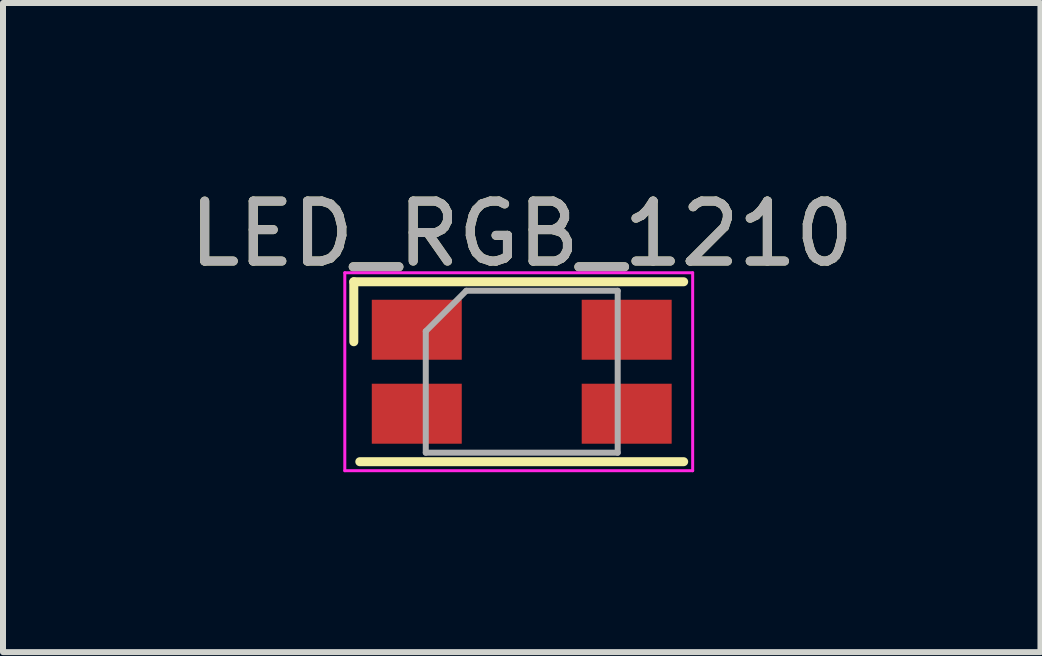
<source format=kicad_pcb>
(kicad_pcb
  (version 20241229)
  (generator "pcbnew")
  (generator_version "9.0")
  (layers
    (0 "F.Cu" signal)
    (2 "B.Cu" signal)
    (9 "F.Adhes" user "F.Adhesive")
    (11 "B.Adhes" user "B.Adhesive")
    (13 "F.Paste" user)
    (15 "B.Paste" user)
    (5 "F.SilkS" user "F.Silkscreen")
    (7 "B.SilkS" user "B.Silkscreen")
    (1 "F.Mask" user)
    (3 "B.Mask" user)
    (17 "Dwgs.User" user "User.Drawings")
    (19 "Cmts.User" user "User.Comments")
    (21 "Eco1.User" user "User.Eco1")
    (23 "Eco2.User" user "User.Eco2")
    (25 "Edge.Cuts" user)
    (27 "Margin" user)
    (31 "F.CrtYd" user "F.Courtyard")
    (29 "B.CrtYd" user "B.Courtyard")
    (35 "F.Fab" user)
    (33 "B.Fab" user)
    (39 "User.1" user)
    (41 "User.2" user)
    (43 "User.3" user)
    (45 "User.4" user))
  (footprint "LED_RGB_1210"
    (layer "F.Cu")
    (at 5.649 3.148)
    (property "Reference" "LED_RGB_1210" (at 0 -2.3 0) (layer "F.SilkS") (effects (font (size 1 1) (thickness 0.15))))
    (attr smd)
    (fp_line (start -2.8 -0.5) (end -2.8 -1.5) (stroke (width 0.15) (type solid)) (layer "F.SilkS"))
    (fp_line (start 2.7 -1.5) (end -2.8 -1.5) (stroke (width 0.15) (type solid)) (layer "F.SilkS"))
    (fp_line (start 2.7 1.5) (end -2.7 1.5) (stroke (width 0.15) (type solid)) (layer "F.SilkS"))
    (fp_line (start -2.95 -1.65) (end -2.95 1.65) (stroke (width 0.05) (type solid)) (layer "F.CrtYd"))
    (fp_line (start -2.95 1.65) (end 2.85 1.65) (stroke (width 0.05) (type solid)) (layer "F.CrtYd"))
    (fp_line (start 2.85 -1.65) (end -2.95 -1.65) (stroke (width 0.05) (type solid)) (layer "F.CrtYd"))
    (fp_line (start 2.85 1.65) (end 2.85 -1.65) (stroke (width 0.05) (type solid)) (layer "F.CrtYd"))
    (fp_line (start -1.6 -0.675) (end -0.925 -1.35) (stroke (width 0.1) (type solid)) (layer "F.Fab"))
    (fp_line (start -1.6 1.35) (end -1.6 -0.675) (stroke (width 0.1) (type solid)) (layer "F.Fab"))
    (fp_line (start -0.925 -1.35) (end 1.6 -1.35) (stroke (width 0.1) (type solid)) (layer "F.Fab"))
    (fp_line (start 1.6 -1.35) (end 1.6 1.35) (stroke (width 0.1) (type solid)) (layer "F.Fab"))
    (fp_line (start 1.6 1.35) (end -1.6 1.35) (stroke (width 0.1) (type solid)) (layer "F.Fab"))
    (fp_text user "${REFERENCE}" (at 0 -2.3 0) (layer "F.Fab") (effects (font (size 1 1) (thickness 0.15))))
    (pad "1" smd rect (at -1.75 -0.7 180) (size 1.5 1) (layers "F.Cu" "F.Mask" "F.Paste"))
    (pad "2" smd rect (at -1.75 0.7 180) (size 1.5 1) (layers "F.Cu" "F.Mask" "F.Paste"))
    (pad "3" smd rect (at 1.75 0.7 180) (size 1.5 1) (layers "F.Cu" "F.Mask" "F.Paste"))
    (pad "4" smd rect (at 1.75 -0.7 180) (size 1.5 1) (layers "F.Cu" "F.Mask" "F.Paste")))
  (gr_rect
    (start -3 -3)
    (end 14.298 7.823)
    (stroke (width 0.1) (type default))
    (fill no)
    (layer "Edge.Cuts")))
</source>
